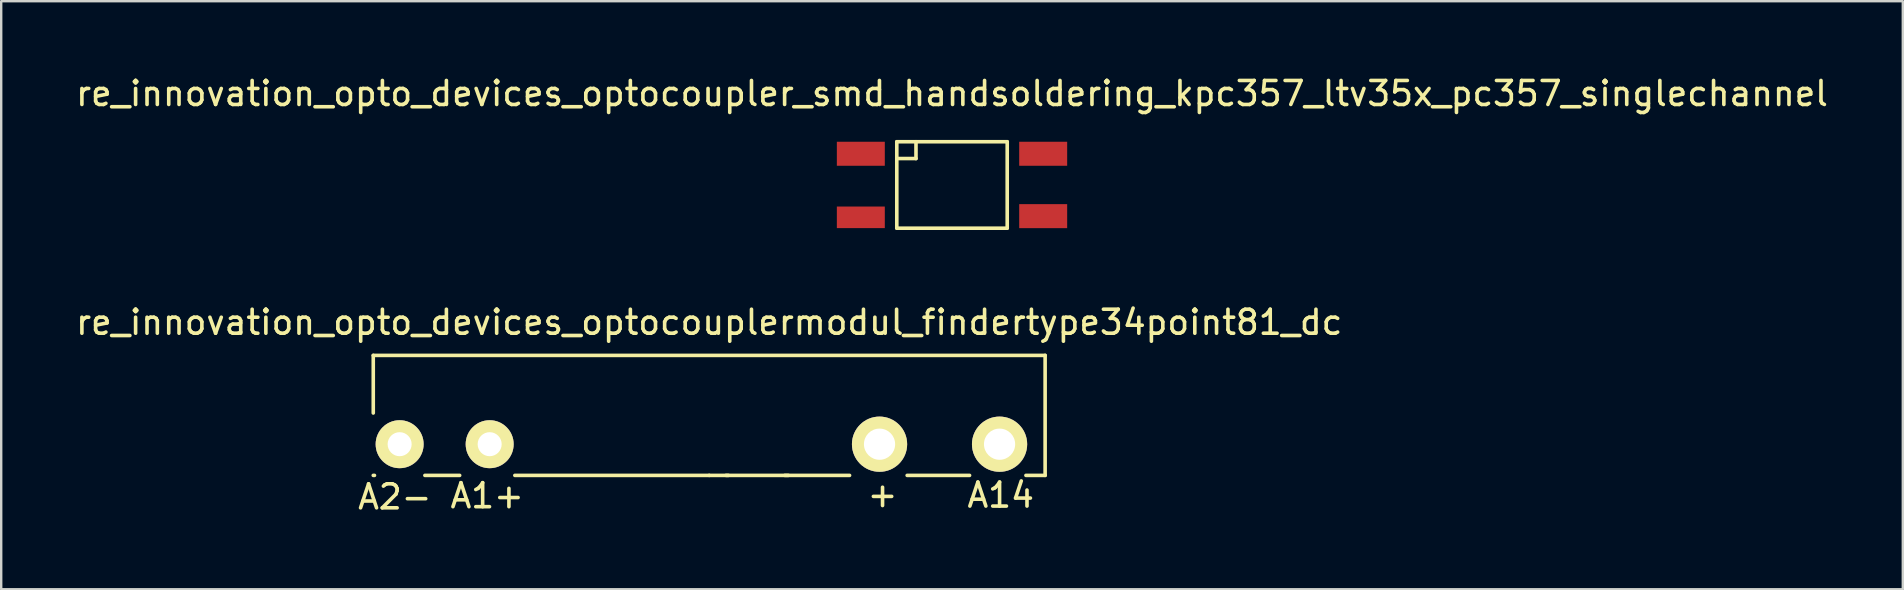
<source format=kicad_pcb>
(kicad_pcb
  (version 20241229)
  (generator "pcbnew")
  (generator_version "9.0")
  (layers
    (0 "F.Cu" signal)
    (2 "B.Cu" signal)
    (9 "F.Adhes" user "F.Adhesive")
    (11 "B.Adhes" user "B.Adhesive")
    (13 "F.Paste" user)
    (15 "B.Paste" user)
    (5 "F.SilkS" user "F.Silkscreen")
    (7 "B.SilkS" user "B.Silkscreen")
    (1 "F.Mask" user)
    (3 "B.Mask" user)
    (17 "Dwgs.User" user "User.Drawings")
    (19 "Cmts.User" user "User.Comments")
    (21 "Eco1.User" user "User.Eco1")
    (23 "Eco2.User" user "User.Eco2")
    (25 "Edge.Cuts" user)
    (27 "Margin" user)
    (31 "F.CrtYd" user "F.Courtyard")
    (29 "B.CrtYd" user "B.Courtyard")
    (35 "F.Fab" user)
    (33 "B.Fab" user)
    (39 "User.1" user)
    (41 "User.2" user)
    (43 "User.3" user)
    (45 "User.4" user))
  (footprint "re_innovation_opto_devices_optocoupler_smd_handsoldering_kpc357_ltv35x_pc357_singlechannel"
    (layer "F.Cu")
    (at 36.625 4.658)
    (property "Reference" "re_innovation_opto_devices_optocoupler_smd_handsoldering_kpc357_ltv35x_pc357_singlechannel" (at 0 -3.81 0) (layer "F.SilkS") (effects (font (size 1 1) (thickness 0.15))))
    (attr through_hole)
    (fp_line (start -2.301 -1.801) (end -2.301 1.801) (stroke (width 0.15) (type solid)) (layer "F.SilkS"))
    (fp_line (start -2.301 1.801) (end 2.301 1.801) (stroke (width 0.15) (type solid)) (layer "F.SilkS"))
    (fp_line (start -1.501 -1.801) (end -1.501 -1.1) (stroke (width 0.15) (type solid)) (layer "F.SilkS"))
    (fp_line (start -1.501 -1.1) (end -2.301 -1.1) (stroke (width 0.15) (type solid)) (layer "F.SilkS"))
    (fp_line (start 2.301 -1.801) (end -2.301 -1.801) (stroke (width 0.15) (type solid)) (layer "F.SilkS"))
    (fp_line (start 2.301 1.801) (end 2.301 -1.801) (stroke (width 0.15) (type solid)) (layer "F.SilkS"))
    (pad "1" smd rect (at -3.8 -1.3) (size 1.999 1.001) (layers "F.Cu" "F.Mask" "F.Paste"))
    (pad "2" smd rect (at -3.8 1.349) (size 1.999 0.899) (layers "F.Cu" "F.Mask" "F.Paste"))
    (pad "3" smd rect (at 3.8 1.3) (size 1.999 1.001) (layers "F.Cu" "F.Mask" "F.Paste"))
    (pad "4" smd rect (at 3.8 -1.3) (size 1.999 1.001) (layers "F.Cu" "F.Mask" "F.Paste")))
  (footprint "re_innovation_opto_devices_optocouplermodul_findertype34point81_dc"
    (layer "F.Cu")
    (at 26.506 15.462)
    (property "Reference" "re_innovation_opto_devices_optocouplermodul_findertype34point81_dc" (at 0 -5.08 0) (layer "F.SilkS") (effects (font (size 1 1) (thickness 0.15))))
    (attr through_hole)
    (fp_line (start -14 -3.701) (end -14 -1.3) (stroke (width 0.15) (type solid)) (layer "F.SilkS"))
    (fp_line (start -14 1.3) (end -13.95 1.3) (stroke (width 0.15) (type solid)) (layer "F.SilkS"))
    (fp_line (start -11.849 1.3) (end -10.399 1.3) (stroke (width 0.15) (type solid)) (layer "F.SilkS"))
    (fp_line (start -8.1 1.3) (end 0 1.3) (stroke (width 0.15) (type solid)) (layer "F.SilkS"))
    (fp_line (start 0 1.3) (end 0.8 1.3) (stroke (width 0.15) (type solid)) (layer "F.SilkS"))
    (fp_line (start 3.15 1.3) (end 5.85 1.3) (stroke (width 0.15) (type solid)) (layer "F.SilkS"))
    (fp_line (start 3.299 1.3) (end 0.701 1.3) (stroke (width 0.15) (type solid)) (layer "F.SilkS"))
    (fp_line (start 8.25 1.3) (end 10.851 1.3) (stroke (width 0.15) (type solid)) (layer "F.SilkS"))
    (fp_line (start 13.2 1.3) (end 14 1.3) (stroke (width 0.15) (type solid)) (layer "F.SilkS"))
    (fp_line (start 14 -3.701) (end -14 -3.701) (stroke (width 0.15) (type solid)) (layer "F.SilkS"))
    (fp_line (start 14 1.3) (end 14 -3.701) (stroke (width 0.15) (type solid)) (layer "F.SilkS"))
    (fp_text user "A14" (at 12.149 2.123 0) (layer "F.SilkS") (effects (font (size 1 1) (thickness 0.15))))
    (fp_text user "+" (at 7.224 2.101 0) (layer "F.SilkS") (effects (font (size 1 1) (thickness 0.15))))
    (fp_text user "A2-" (at -13.101 2.197 0) (layer "F.SilkS") (effects (font (size 1 1) (thickness 0.15))))
    (fp_text user "A1+" (at -9.251 2.149 0) (layer "F.SilkS") (effects (font (size 1 1) (thickness 0.15))))
    (pad "11" thru_hole circle (at 7.099 0) (size 2.301 2.301) (drill 1.3) (layers "*.Cu" "*.Mask" "F.SilkS"))
    (pad "14" thru_hole circle (at 12.101 0) (size 2.301 2.301) (drill 1.3) (layers "*.Cu" "*.Mask" "F.SilkS"))
    (pad "A1" thru_hole circle (at -9.149 0) (size 1.999 1.999) (drill 1.001) (layers "*.Cu" "*.Mask" "F.SilkS"))
    (pad "A2" thru_hole circle (at -12.901 0) (size 1.999 1.999) (drill 1.001) (layers "*.Cu" "*.Mask" "F.SilkS")))
  (gr_rect
    (start -3 -3)
    (end 76.25 21.508)
    (stroke (width 0.1) (type default))
    (fill no)
    (layer "Edge.Cuts")))
</source>
